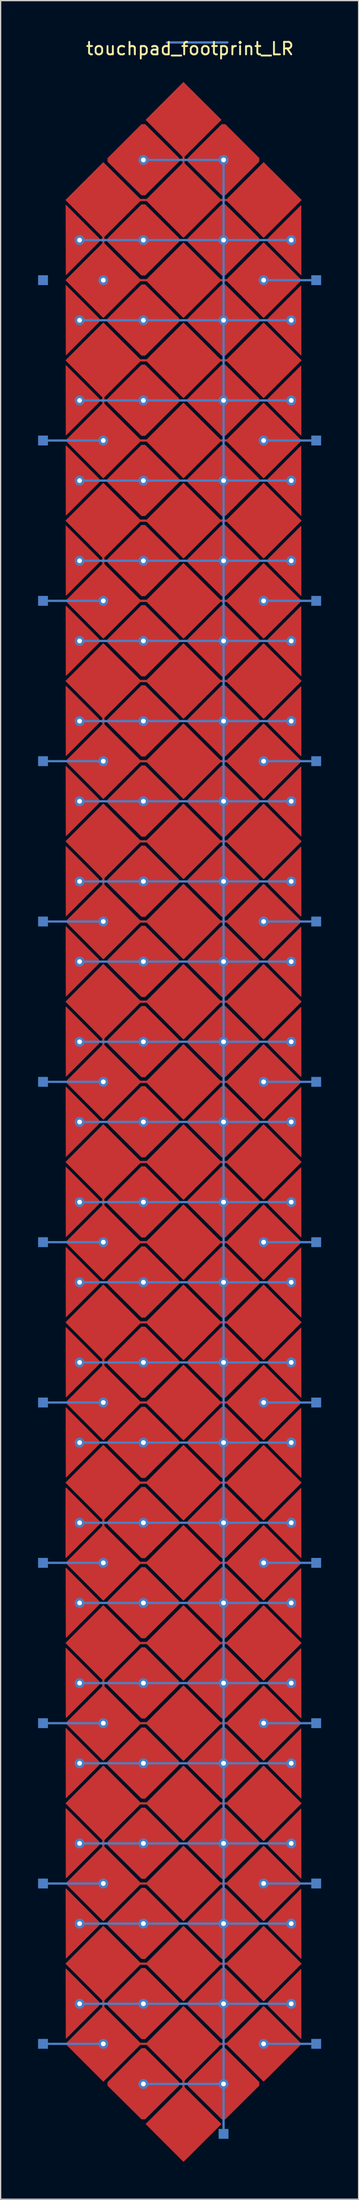
<source format=kicad_pcb>
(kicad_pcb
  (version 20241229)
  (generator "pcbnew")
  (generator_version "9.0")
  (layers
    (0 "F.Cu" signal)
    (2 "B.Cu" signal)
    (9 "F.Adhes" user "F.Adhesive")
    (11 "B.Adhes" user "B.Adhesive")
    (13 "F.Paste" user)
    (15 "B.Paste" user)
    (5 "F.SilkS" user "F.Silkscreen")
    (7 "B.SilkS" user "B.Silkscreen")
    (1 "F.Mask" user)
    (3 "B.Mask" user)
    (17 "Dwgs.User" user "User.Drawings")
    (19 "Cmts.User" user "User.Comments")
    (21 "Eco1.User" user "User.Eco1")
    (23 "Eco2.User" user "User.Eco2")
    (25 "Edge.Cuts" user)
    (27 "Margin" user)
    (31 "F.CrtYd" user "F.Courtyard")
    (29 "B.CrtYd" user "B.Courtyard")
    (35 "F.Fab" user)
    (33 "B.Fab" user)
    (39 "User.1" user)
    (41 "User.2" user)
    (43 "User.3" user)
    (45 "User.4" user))
  (footprint "touchpad_footprint_LR"
    (layer "F.Cu")
    (at 2.215 19.388)
    (property "Reference" "touchpad_footprint_LR" (at 9.94 -18.54 0) (layer "F.SilkS") (effects (font (size 1 1) (thickness 0.15))))
    (attr through_hole)
    (fp_line (start 3.01 -3.42) (end 3.01 -3) (stroke (width 0.18) (type solid)) (layer "F.Cu"))
    (fp_line (start 3.01 9.42) (end 3.01 9.84) (stroke (width 0.18) (type solid)) (layer "F.Cu"))
    (fp_line (start 3.01 22.26) (end 3.01 22.68) (stroke (width 0.18) (type solid)) (layer "F.Cu"))
    (fp_line (start 3.01 35.1) (end 3.01 35.52) (stroke (width 0.18) (type solid)) (layer "F.Cu"))
    (fp_line (start 3.01 47.94) (end 3.01 48.36) (stroke (width 0.18) (type solid)) (layer "F.Cu"))
    (fp_line (start 3.01 60.78) (end 3.01 61.2) (stroke (width 0.18) (type solid)) (layer "F.Cu"))
    (fp_line (start 3.01 73.62) (end 3.01 74.04) (stroke (width 0.18) (type solid)) (layer "F.Cu"))
    (fp_line (start 3.01 86.46) (end 3.01 86.88) (stroke (width 0.18) (type solid)) (layer "F.Cu"))
    (fp_line (start 3.01 99.3) (end 3.01 99.72) (stroke (width 0.18) (type solid)) (layer "F.Cu"))
    (fp_line (start 3.01 112.14) (end 3.01 112.56) (stroke (width 0.18) (type solid)) (layer "F.Cu"))
    (fp_line (start 3.01 124.98) (end 3.01 125.4) (stroke (width 0.18) (type solid)) (layer "F.Cu"))
    (fp_line (start 3.01 137.82) (end 3.01 138.24) (stroke (width 0.18) (type solid)) (layer "F.Cu"))
    (fp_line (start 6.01 -6.42) (end 6.43 -6.42) (stroke (width 0.18) (type solid)) (layer "F.Cu"))
    (fp_line (start 6.01 0) (end 6.43 0) (stroke (width 0.18) (type solid)) (layer "F.Cu"))
    (fp_line (start 6.01 6.42) (end 6.43 6.42) (stroke (width 0.18) (type solid)) (layer "F.Cu"))
    (fp_line (start 6.01 12.84) (end 6.43 12.84) (stroke (width 0.18) (type solid)) (layer "F.Cu"))
    (fp_line (start 6.01 19.26) (end 6.43 19.26) (stroke (width 0.18) (type solid)) (layer "F.Cu"))
    (fp_line (start 6.01 25.68) (end 6.43 25.68) (stroke (width 0.18) (type solid)) (layer "F.Cu"))
    (fp_line (start 6.01 32.1) (end 6.43 32.1) (stroke (width 0.18) (type solid)) (layer "F.Cu"))
    (fp_line (start 6.01 38.52) (end 6.43 38.52) (stroke (width 0.18) (type solid)) (layer "F.Cu"))
    (fp_line (start 6.01 44.94) (end 6.43 44.94) (stroke (width 0.18) (type solid)) (layer "F.Cu"))
    (fp_line (start 6.01 51.36) (end 6.43 51.36) (stroke (width 0.18) (type solid)) (layer "F.Cu"))
    (fp_line (start 6.01 57.78) (end 6.43 57.78) (stroke (width 0.18) (type solid)) (layer "F.Cu"))
    (fp_line (start 6.01 64.2) (end 6.43 64.2) (stroke (width 0.18) (type solid)) (layer "F.Cu"))
    (fp_line (start 6.01 70.62) (end 6.43 70.62) (stroke (width 0.18) (type solid)) (layer "F.Cu"))
    (fp_line (start 6.01 77.04) (end 6.43 77.04) (stroke (width 0.18) (type solid)) (layer "F.Cu"))
    (fp_line (start 6.01 83.46) (end 6.43 83.46) (stroke (width 0.18) (type solid)) (layer "F.Cu"))
    (fp_line (start 6.01 89.88) (end 6.43 89.88) (stroke (width 0.18) (type solid)) (layer "F.Cu"))
    (fp_line (start 6.01 96.3) (end 6.43 96.3) (stroke (width 0.18) (type solid)) (layer "F.Cu"))
    (fp_line (start 6.01 102.72) (end 6.43 102.72) (stroke (width 0.18) (type solid)) (layer "F.Cu"))
    (fp_line (start 6.01 109.14) (end 6.43 109.14) (stroke (width 0.18) (type solid)) (layer "F.Cu"))
    (fp_line (start 6.01 115.56) (end 6.43 115.56) (stroke (width 0.18) (type solid)) (layer "F.Cu"))
    (fp_line (start 6.01 121.98) (end 6.43 121.98) (stroke (width 0.18) (type solid)) (layer "F.Cu"))
    (fp_line (start 6.01 128.4) (end 6.43 128.4) (stroke (width 0.18) (type solid)) (layer "F.Cu"))
    (fp_line (start 6.01 134.82) (end 6.43 134.82) (stroke (width 0.18) (type solid)) (layer "F.Cu"))
    (fp_line (start 6.01 141.24) (end 6.43 141.24) (stroke (width 0.18) (type solid)) (layer "F.Cu"))
    (fp_line (start 9.43 -10.05) (end 9.43 -9.21) (stroke (width 0.18) (type solid)) (layer "F.Cu"))
    (fp_line (start 9.43 144.89) (end 9.43 144.05) (stroke (width 0.18) (type solid)) (layer "F.Cu"))
    (fp_line (start 12.43 -6.42) (end 12.85 -6.42) (stroke (width 0.18) (type solid)) (layer "F.Cu"))
    (fp_line (start 12.43 0) (end 12.85 0) (stroke (width 0.18) (type solid)) (layer "F.Cu"))
    (fp_line (start 12.43 6.42) (end 12.85 6.42) (stroke (width 0.18) (type solid)) (layer "F.Cu"))
    (fp_line (start 12.43 12.84) (end 12.85 12.84) (stroke (width 0.18) (type solid)) (layer "F.Cu"))
    (fp_line (start 12.43 19.26) (end 12.85 19.26) (stroke (width 0.18) (type solid)) (layer "F.Cu"))
    (fp_line (start 12.43 25.68) (end 12.85 25.68) (stroke (width 0.18) (type solid)) (layer "F.Cu"))
    (fp_line (start 12.43 32.1) (end 12.85 32.1) (stroke (width 0.18) (type solid)) (layer "F.Cu"))
    (fp_line (start 12.43 38.52) (end 12.85 38.52) (stroke (width 0.18) (type solid)) (layer "F.Cu"))
    (fp_line (start 12.43 44.94) (end 12.85 44.94) (stroke (width 0.18) (type solid)) (layer "F.Cu"))
    (fp_line (start 12.43 51.36) (end 12.85 51.36) (stroke (width 0.18) (type solid)) (layer "F.Cu"))
    (fp_line (start 12.43 57.78) (end 12.85 57.78) (stroke (width 0.18) (type solid)) (layer "F.Cu"))
    (fp_line (start 12.43 64.2) (end 12.85 64.2) (stroke (width 0.18) (type solid)) (layer "F.Cu"))
    (fp_line (start 12.43 70.62) (end 12.85 70.62) (stroke (width 0.18) (type solid)) (layer "F.Cu"))
    (fp_line (start 12.43 77.04) (end 12.85 77.04) (stroke (width 0.18) (type solid)) (layer "F.Cu"))
    (fp_line (start 12.43 83.46) (end 12.85 83.46) (stroke (width 0.18) (type solid)) (layer "F.Cu"))
    (fp_line (start 12.43 89.88) (end 12.85 89.88) (stroke (width 0.18) (type solid)) (layer "F.Cu"))
    (fp_line (start 12.43 96.3) (end 12.85 96.3) (stroke (width 0.18) (type solid)) (layer "F.Cu"))
    (fp_line (start 12.43 102.72) (end 12.85 102.72) (stroke (width 0.18) (type solid)) (layer "F.Cu"))
    (fp_line (start 12.43 109.14) (end 12.85 109.14) (stroke (width 0.18) (type solid)) (layer "F.Cu"))
    (fp_line (start 12.43 115.56) (end 12.85 115.56) (stroke (width 0.18) (type solid)) (layer "F.Cu"))
    (fp_line (start 12.43 121.98) (end 12.85 121.98) (stroke (width 0.18) (type solid)) (layer "F.Cu"))
    (fp_line (start 12.43 128.4) (end 12.85 128.4) (stroke (width 0.18) (type solid)) (layer "F.Cu"))
    (fp_line (start 12.43 134.82) (end 12.85 134.82) (stroke (width 0.18) (type solid)) (layer "F.Cu"))
    (fp_line (start 12.43 141.24) (end 12.85 141.24) (stroke (width 0.18) (type solid)) (layer "F.Cu"))
    (fp_poly (pts (xy 2.8 99.51) (xy 0.01 102.3) (xy 0.01 96.72)) (stroke (width 0.05) (type solid)) (fill yes) (layer "F.Cu"))
    (fp_poly (pts (xy 2.66 -3.35) (xy 2.66 -3.08) (xy 0.03 -0.45) (xy 0.02 -6)) (stroke (width 0.05) (type solid)) (fill yes) (layer "F.Cu"))
    (fp_poly (pts (xy 2.66 3.07) (xy 2.66 3.34) (xy 0.03 5.97) (xy 0.02 0.42)) (stroke (width 0.05) (type solid)) (fill yes) (layer "F.Cu"))
    (fp_poly (pts (xy 2.66 9.49) (xy 2.66 9.76) (xy 0.03 12.39) (xy 0.02 6.84)) (stroke (width 0.05) (type solid)) (fill yes) (layer "F.Cu"))
    (fp_poly (pts (xy 2.66 15.91) (xy 2.66 16.18) (xy 0.03 18.81) (xy 0.02 13.26)) (stroke (width 0.05) (type solid)) (fill yes) (layer "F.Cu"))
    (fp_poly (pts (xy 2.66 22.33) (xy 2.66 22.6) (xy 0.03 25.23) (xy 0.02 19.68)) (stroke (width 0.05) (type solid)) (fill yes) (layer "F.Cu"))
    (fp_poly (pts (xy 2.66 28.75) (xy 2.66 29.02) (xy 0.03 31.65) (xy 0.02 26.1)) (stroke (width 0.05) (type solid)) (fill yes) (layer "F.Cu"))
    (fp_poly (pts (xy 2.66 35.17) (xy 2.66 35.44) (xy 0.03 38.07) (xy 0.02 32.52)) (stroke (width 0.05) (type solid)) (fill yes) (layer "F.Cu"))
    (fp_poly (pts (xy 2.66 41.59) (xy 2.66 41.86) (xy 0.03 44.49) (xy 0.02 38.94)) (stroke (width 0.05) (type solid)) (fill yes) (layer "F.Cu"))
    (fp_poly (pts (xy 2.66 48.01) (xy 2.66 48.28) (xy 0.03 50.91) (xy 0.02 45.36)) (stroke (width 0.05) (type solid)) (fill yes) (layer "F.Cu"))
    (fp_poly (pts (xy 2.66 54.43) (xy 2.66 54.7) (xy 0.03 57.33) (xy 0.02 51.78)) (stroke (width 0.05) (type solid)) (fill yes) (layer "F.Cu"))
    (fp_poly (pts (xy 2.66 60.85) (xy 2.66 61.12) (xy 0.03 63.75) (xy 0.02 58.2)) (stroke (width 0.05) (type solid)) (fill yes) (layer "F.Cu"))
    (fp_poly (pts (xy 2.66 67.27) (xy 2.66 67.54) (xy 0.03 70.17) (xy 0.02 64.62)) (stroke (width 0.05) (type solid)) (fill yes) (layer "F.Cu"))
    (fp_poly (pts (xy 2.66 73.69) (xy 2.66 73.96) (xy 0.03 76.59) (xy 0.02 71.04)) (stroke (width 0.05) (type solid)) (fill yes) (layer "F.Cu"))
    (fp_poly (pts (xy 2.66 80.11) (xy 2.66 80.38) (xy 0.03 83.01) (xy 0.02 77.46)) (stroke (width 0.05) (type solid)) (fill yes) (layer "F.Cu"))
    (fp_poly (pts (xy 2.66 86.53) (xy 2.66 86.8) (xy 0.03 89.43) (xy 0.02 83.88)) (stroke (width 0.05) (type solid)) (fill yes) (layer "F.Cu"))
    (fp_poly (pts (xy 2.66 92.95) (xy 2.66 93.22) (xy 0.03 95.85) (xy 0.02 90.3)) (stroke (width 0.05) (type solid)) (fill yes) (layer "F.Cu"))
    (fp_poly (pts (xy 2.66 99.37) (xy 2.66 99.64) (xy 0.03 102.27) (xy 0.02 96.72)) (stroke (width 0.05) (type solid)) (fill yes) (layer "F.Cu"))
    (fp_poly (pts (xy 2.66 105.79) (xy 2.66 106.06) (xy 0.03 108.69) (xy 0.02 103.14)) (stroke (width 0.05) (type solid)) (fill yes) (layer "F.Cu"))
    (fp_poly (pts (xy 2.66 112.21) (xy 2.66 112.48) (xy 0.03 115.11) (xy 0.02 109.56)) (stroke (width 0.05) (type solid)) (fill yes) (layer "F.Cu"))
    (fp_poly (pts (xy 2.66 118.63) (xy 2.66 118.9) (xy 0.03 121.53) (xy 0.02 115.98)) (stroke (width 0.05) (type solid)) (fill yes) (layer "F.Cu"))
    (fp_poly (pts (xy 2.66 125.05) (xy 2.66 125.32) (xy 0.03 127.95) (xy 0.02 122.4)) (stroke (width 0.05) (type solid)) (fill yes) (layer "F.Cu"))
    (fp_poly (pts (xy 2.66 131.47) (xy 2.66 131.74) (xy 0.03 134.37) (xy 0.02 128.82)) (stroke (width 0.05) (type solid)) (fill yes) (layer "F.Cu"))
    (fp_poly (pts (xy 2.66 137.89) (xy 2.66 138.16) (xy 0.03 140.79) (xy 0.02 135.24)) (stroke (width 0.05) (type solid)) (fill yes) (layer "F.Cu"))
    (fp_poly (pts (xy 6.02 -6.42) (xy 3.01 -3.42) (xy 0.01 -6.42) (xy 3.01 -9.42)) (stroke (width 0.05) (type solid)) (fill yes) (layer "F.Cu"))
    (fp_poly (pts (xy 6.02 0) (xy 3.01 3) (xy 0.01 0) (xy 3.01 -3)) (stroke (width 0.05) (type solid)) (fill yes) (layer "F.Cu"))
    (fp_poly (pts (xy 6.02 6.42) (xy 3.01 9.42) (xy 0.01 6.42) (xy 3.01 3.42)) (stroke (width 0.05) (type solid)) (fill yes) (layer "F.Cu"))
    (fp_poly (pts (xy 6.02 12.84) (xy 3.01 15.84) (xy 0.01 12.84) (xy 3.01 9.84)) (stroke (width 0.05) (type solid)) (fill yes) (layer "F.Cu"))
    (fp_poly (pts (xy 6.02 19.26) (xy 3.01 22.26) (xy 0.01 19.26) (xy 3.01 16.26)) (stroke (width 0.05) (type solid)) (fill yes) (layer "F.Cu"))
    (fp_poly (pts (xy 6.02 25.68) (xy 3.01 28.68) (xy 0.01 25.68) (xy 3.01 22.68)) (stroke (width 0.05) (type solid)) (fill yes) (layer "F.Cu"))
    (fp_poly (pts (xy 6.02 32.1) (xy 3.01 35.1) (xy 0.01 32.1) (xy 3.01 29.1)) (stroke (width 0.05) (type solid)) (fill yes) (layer "F.Cu"))
    (fp_poly (pts (xy 6.02 38.52) (xy 3.01 41.52) (xy 0.01 38.52) (xy 3.01 35.52)) (stroke (width 0.05) (type solid)) (fill yes) (layer "F.Cu"))
    (fp_poly (pts (xy 6.02 44.94) (xy 3.01 47.94) (xy 0.01 44.94) (xy 3.01 41.94)) (stroke (width 0.05) (type solid)) (fill yes) (layer "F.Cu"))
    (fp_poly (pts (xy 6.02 51.36) (xy 3.01 54.36) (xy 0.01 51.36) (xy 3.01 48.36)) (stroke (width 0.05) (type solid)) (fill yes) (layer "F.Cu"))
    (fp_poly (pts (xy 6.02 57.78) (xy 3.01 60.78) (xy 0.01 57.78) (xy 3.01 54.78)) (stroke (width 0.05) (type solid)) (fill yes) (layer "F.Cu"))
    (fp_poly (pts (xy 6.02 64.2) (xy 3.01 67.2) (xy 0.01 64.2) (xy 3.01 61.2)) (stroke (width 0.05) (type solid)) (fill yes) (layer "F.Cu"))
    (fp_poly (pts (xy 6.02 70.62) (xy 3.01 73.62) (xy 0.01 70.62) (xy 3.01 67.62)) (stroke (width 0.05) (type solid)) (fill yes) (layer "F.Cu"))
    (fp_poly (pts (xy 6.02 77.04) (xy 3.01 80.04) (xy 0.01 77.04) (xy 3.01 74.04)) (stroke (width 0.05) (type solid)) (fill yes) (layer "F.Cu"))
    (fp_poly (pts (xy 6.02 83.46) (xy 3.01 86.46) (xy 0.01 83.46) (xy 3.01 80.46)) (stroke (width 0.05) (type solid)) (fill yes) (layer "F.Cu"))
    (fp_poly (pts (xy 6.02 89.88) (xy 3.01 92.88) (xy 0.01 89.88) (xy 3.01 86.88)) (stroke (width 0.05) (type solid)) (fill yes) (layer "F.Cu"))
    (fp_poly (pts (xy 6.02 96.3) (xy 3.01 99.3) (xy 0.01 96.3) (xy 3.01 93.3)) (stroke (width 0.05) (type solid)) (fill yes) (layer "F.Cu"))
    (fp_poly (pts (xy 6.02 102.72) (xy 3.01 105.72) (xy 0.01 102.72) (xy 3.01 99.72)) (stroke (width 0.05) (type solid)) (fill yes) (layer "F.Cu"))
    (fp_poly (pts (xy 6.02 109.14) (xy 3.01 112.14) (xy 0.01 109.14) (xy 3.01 106.14)) (stroke (width 0.05) (type solid)) (fill yes) (layer "F.Cu"))
    (fp_poly (pts (xy 6.02 115.56) (xy 3.01 118.56) (xy 0.01 115.56) (xy 3.01 112.56)) (stroke (width 0.05) (type solid)) (fill yes) (layer "F.Cu"))
    (fp_poly (pts (xy 6.02 121.98) (xy 3.01 124.98) (xy 0.01 121.98) (xy 3.01 118.98)) (stroke (width 0.05) (type solid)) (fill yes) (layer "F.Cu"))
    (fp_poly (pts (xy 6.02 128.4) (xy 3.01 131.4) (xy 0.01 128.4) (xy 3.01 125.4)) (stroke (width 0.05) (type solid)) (fill yes) (layer "F.Cu"))
    (fp_poly (pts (xy 6.02 134.82) (xy 3.01 137.82) (xy 0.01 134.82) (xy 3.01 131.82)) (stroke (width 0.05) (type solid)) (fill yes) (layer "F.Cu"))
    (fp_poly (pts (xy 6.02 141.24) (xy 3.01 144.24) (xy 0.01 141.24) (xy 3.01 138.24)) (stroke (width 0.05) (type solid)) (fill yes) (layer "F.Cu"))
    (fp_poly (pts (xy 12.44 -12.84) (xy 9.43 -9.84) (xy 6.43 -12.84) (xy 9.43 -15.84)) (stroke (width 0.05) (type solid)) (fill yes) (layer "F.Cu"))
    (fp_poly (pts (xy 12.44 -6.42) (xy 9.43 -3.42) (xy 6.43 -6.42) (xy 9.43 -9.42)) (stroke (width 0.05) (type solid)) (fill yes) (layer "F.Cu"))
    (fp_poly (pts (xy 12.44 0) (xy 9.43 3) (xy 6.43 0) (xy 9.43 -3)) (stroke (width 0.05) (type solid)) (fill yes) (layer "F.Cu"))
    (fp_poly (pts (xy 12.44 6.42) (xy 9.43 9.42) (xy 6.43 6.42) (xy 9.43 3.42)) (stroke (width 0.05) (type solid)) (fill yes) (layer "F.Cu"))
    (fp_poly (pts (xy 12.44 12.84) (xy 9.43 15.84) (xy 6.43 12.84) (xy 9.43 9.84)) (stroke (width 0.05) (type solid)) (fill yes) (layer "F.Cu"))
    (fp_poly (pts (xy 12.44 19.26) (xy 9.43 22.26) (xy 6.43 19.26) (xy 9.43 16.26)) (stroke (width 0.05) (type solid)) (fill yes) (layer "F.Cu"))
    (fp_poly (pts (xy 12.44 25.68) (xy 9.43 28.68) (xy 6.43 25.68) (xy 9.43 22.68)) (stroke (width 0.05) (type solid)) (fill yes) (layer "F.Cu"))
    (fp_poly (pts (xy 12.44 32.1) (xy 9.43 35.1) (xy 6.43 32.1) (xy 9.43 29.1)) (stroke (width 0.05) (type solid)) (fill yes) (layer "F.Cu"))
    (fp_poly (pts (xy 12.44 38.52) (xy 9.43 41.52) (xy 6.43 38.52) (xy 9.43 35.52)) (stroke (width 0.05) (type solid)) (fill yes) (layer "F.Cu"))
    (fp_poly (pts (xy 12.44 44.94) (xy 9.43 47.94) (xy 6.43 44.94) (xy 9.43 41.94)) (stroke (width 0.05) (type solid)) (fill yes) (layer "F.Cu"))
    (fp_poly (pts (xy 12.44 51.36) (xy 9.43 54.36) (xy 6.43 51.36) (xy 9.43 48.36)) (stroke (width 0.05) (type solid)) (fill yes) (layer "F.Cu"))
    (fp_poly (pts (xy 12.44 57.78) (xy 9.43 60.78) (xy 6.43 57.78) (xy 9.43 54.78)) (stroke (width 0.05) (type solid)) (fill yes) (layer "F.Cu"))
    (fp_poly (pts (xy 12.44 64.2) (xy 9.43 67.2) (xy 6.43 64.2) (xy 9.43 61.2)) (stroke (width 0.05) (type solid)) (fill yes) (layer "F.Cu"))
    (fp_poly (pts (xy 12.44 70.62) (xy 9.43 73.62) (xy 6.43 70.62) (xy 9.43 67.62)) (stroke (width 0.05) (type solid)) (fill yes) (layer "F.Cu"))
    (fp_poly (pts (xy 12.44 77.04) (xy 9.43 80.04) (xy 6.43 77.04) (xy 9.43 74.04)) (stroke (width 0.05) (type solid)) (fill yes) (layer "F.Cu"))
    (fp_poly (pts (xy 12.44 83.46) (xy 9.43 86.46) (xy 6.43 83.46) (xy 9.43 80.46)) (stroke (width 0.05) (type solid)) (fill yes) (layer "F.Cu"))
    (fp_poly (pts (xy 12.44 89.88) (xy 9.43 92.88) (xy 6.43 89.88) (xy 9.43 86.88)) (stroke (width 0.05) (type solid)) (fill yes) (layer "F.Cu"))
    (fp_poly (pts (xy 12.44 96.3) (xy 9.43 99.3) (xy 6.43 96.3) (xy 9.43 93.3)) (stroke (width 0.05) (type solid)) (fill yes) (layer "F.Cu"))
    (fp_poly (pts (xy 12.44 102.72) (xy 9.43 105.72) (xy 6.43 102.72) (xy 9.43 99.72)) (stroke (width 0.05) (type solid)) (fill yes) (layer "F.Cu"))
    (fp_poly (pts (xy 12.44 109.14) (xy 9.43 112.14) (xy 6.43 109.14) (xy 9.43 106.14)) (stroke (width 0.05) (type solid)) (fill yes) (layer "F.Cu"))
    (fp_poly (pts (xy 12.44 115.56) (xy 9.43 118.56) (xy 6.43 115.56) (xy 9.43 112.56)) (stroke (width 0.05) (type solid)) (fill yes) (layer "F.Cu"))
    (fp_poly (pts (xy 12.44 121.98) (xy 9.43 124.98) (xy 6.43 121.98) (xy 9.43 118.98)) (stroke (width 0.05) (type solid)) (fill yes) (layer "F.Cu"))
    (fp_poly (pts (xy 12.44 128.4) (xy 9.43 131.4) (xy 6.43 128.4) (xy 9.43 125.4)) (stroke (width 0.05) (type solid)) (fill yes) (layer "F.Cu"))
    (fp_poly (pts (xy 12.44 134.82) (xy 9.43 137.82) (xy 6.43 134.82) (xy 9.43 131.82)) (stroke (width 0.05) (type solid)) (fill yes) (layer "F.Cu"))
    (fp_poly (pts (xy 12.44 141.24) (xy 9.43 144.24) (xy 6.43 141.24) (xy 9.43 138.24)) (stroke (width 0.05) (type solid)) (fill yes) (layer "F.Cu"))
    (fp_poly (pts (xy 12.44 147.66) (xy 9.43 150.66) (xy 6.43 147.66) (xy 9.43 144.66)) (stroke (width 0.05) (type solid)) (fill yes) (layer "F.Cu"))
    (fp_poly (pts (xy 16.21 -3.07) (xy 16.21 -3.34) (xy 18.84 -5.97) (xy 18.85 -0.42)) (stroke (width 0.05) (type solid)) (fill yes) (layer "F.Cu"))
    (fp_poly (pts (xy 16.21 3.35) (xy 16.21 3.08) (xy 18.84 0.45) (xy 18.85 6)) (stroke (width 0.05) (type solid)) (fill yes) (layer "F.Cu"))
    (fp_poly (pts (xy 16.21 9.77) (xy 16.21 9.5) (xy 18.84 6.87) (xy 18.85 12.42)) (stroke (width 0.05) (type solid)) (fill yes) (layer "F.Cu"))
    (fp_poly (pts (xy 16.21 16.19) (xy 16.21 15.92) (xy 18.84 13.29) (xy 18.85 18.84)) (stroke (width 0.05) (type solid)) (fill yes) (layer "F.Cu"))
    (fp_poly (pts (xy 16.21 22.61) (xy 16.21 22.34) (xy 18.84 19.71) (xy 18.85 25.26)) (stroke (width 0.05) (type solid)) (fill yes) (layer "F.Cu"))
    (fp_poly (pts (xy 16.21 29.03) (xy 16.21 28.76) (xy 18.84 26.13) (xy 18.85 31.68)) (stroke (width 0.05) (type solid)) (fill yes) (layer "F.Cu"))
    (fp_poly (pts (xy 16.21 35.45) (xy 16.21 35.18) (xy 18.84 32.55) (xy 18.85 38.1)) (stroke (width 0.05) (type solid)) (fill yes) (layer "F.Cu"))
    (fp_poly (pts (xy 16.21 41.87) (xy 16.21 41.6) (xy 18.84 38.97) (xy 18.85 44.52)) (stroke (width 0.05) (type solid)) (fill yes) (layer "F.Cu"))
    (fp_poly (pts (xy 16.21 48.29) (xy 16.21 48.02) (xy 18.84 45.39) (xy 18.85 50.94)) (stroke (width 0.05) (type solid)) (fill yes) (layer "F.Cu"))
    (fp_poly (pts (xy 16.21 54.71) (xy 16.21 54.44) (xy 18.84 51.81) (xy 18.85 57.36)) (stroke (width 0.05) (type solid)) (fill yes) (layer "F.Cu"))
    (fp_poly (pts (xy 16.21 61.13) (xy 16.21 60.86) (xy 18.84 58.23) (xy 18.85 63.78)) (stroke (width 0.05) (type solid)) (fill yes) (layer "F.Cu"))
    (fp_poly (pts (xy 16.21 67.55) (xy 16.21 67.28) (xy 18.84 64.65) (xy 18.85 70.2)) (stroke (width 0.05) (type solid)) (fill yes) (layer "F.Cu"))
    (fp_poly (pts (xy 16.21 73.97) (xy 16.21 73.7) (xy 18.84 71.07) (xy 18.85 76.62)) (stroke (width 0.05) (type solid)) (fill yes) (layer "F.Cu"))
    (fp_poly (pts (xy 16.21 80.39) (xy 16.21 80.12) (xy 18.84 77.49) (xy 18.85 83.04)) (stroke (width 0.05) (type solid)) (fill yes) (layer "F.Cu"))
    (fp_poly (pts (xy 16.21 86.81) (xy 16.21 86.54) (xy 18.84 83.91) (xy 18.85 89.46)) (stroke (width 0.05) (type solid)) (fill yes) (layer "F.Cu"))
    (fp_poly (pts (xy 16.21 93.23) (xy 16.21 92.96) (xy 18.84 90.33) (xy 18.85 95.88)) (stroke (width 0.05) (type solid)) (fill yes) (layer "F.Cu"))
    (fp_poly (pts (xy 16.21 99.65) (xy 16.21 99.38) (xy 18.84 96.75) (xy 18.85 102.3)) (stroke (width 0.05) (type solid)) (fill yes) (layer "F.Cu"))
    (fp_poly (pts (xy 16.21 106.07) (xy 16.21 105.8) (xy 18.84 103.17) (xy 18.85 108.72)) (stroke (width 0.05) (type solid)) (fill yes) (layer "F.Cu"))
    (fp_poly (pts (xy 16.21 112.49) (xy 16.21 112.22) (xy 18.84 109.59) (xy 18.85 115.14)) (stroke (width 0.05) (type solid)) (fill yes) (layer "F.Cu"))
    (fp_poly (pts (xy 16.21 118.91) (xy 16.21 118.64) (xy 18.84 116.01) (xy 18.85 121.56)) (stroke (width 0.05) (type solid)) (fill yes) (layer "F.Cu"))
    (fp_poly (pts (xy 16.21 125.33) (xy 16.21 125.06) (xy 18.84 122.43) (xy 18.85 127.98)) (stroke (width 0.05) (type solid)) (fill yes) (layer "F.Cu"))
    (fp_poly (pts (xy 16.21 131.75) (xy 16.21 131.48) (xy 18.84 128.85) (xy 18.85 134.4)) (stroke (width 0.05) (type solid)) (fill yes) (layer "F.Cu"))
    (fp_poly (pts (xy 16.21 138.17) (xy 16.21 137.9) (xy 18.84 135.27) (xy 18.85 140.82)) (stroke (width 0.05) (type solid)) (fill yes) (layer "F.Cu"))
    (fp_poly (pts (xy 18.86 -6.42) (xy 15.85 -3.42) (xy 12.85 -6.42) (xy 15.85 -9.42)) (stroke (width 0.05) (type solid)) (fill yes) (layer "F.Cu"))
    (fp_poly (pts (xy 18.86 0) (xy 15.85 3) (xy 12.85 0) (xy 15.85 -3)) (stroke (width 0.05) (type solid)) (fill yes) (layer "F.Cu"))
    (fp_poly (pts (xy 18.86 6.42) (xy 15.85 9.42) (xy 12.85 6.42) (xy 15.85 3.42)) (stroke (width 0.05) (type solid)) (fill yes) (layer "F.Cu"))
    (fp_poly (pts (xy 18.86 12.84) (xy 15.85 15.84) (xy 12.85 12.84) (xy 15.85 9.84)) (stroke (width 0.05) (type solid)) (fill yes) (layer "F.Cu"))
    (fp_poly (pts (xy 18.86 19.26) (xy 15.85 22.26) (xy 12.85 19.26) (xy 15.85 16.26)) (stroke (width 0.05) (type solid)) (fill yes) (layer "F.Cu"))
    (fp_poly (pts (xy 18.86 25.68) (xy 15.85 28.68) (xy 12.85 25.68) (xy 15.85 22.68)) (stroke (width 0.05) (type solid)) (fill yes) (layer "F.Cu"))
    (fp_poly (pts (xy 18.86 32.1) (xy 15.85 35.1) (xy 12.85 32.1) (xy 15.85 29.1)) (stroke (width 0.05) (type solid)) (fill yes) (layer "F.Cu"))
    (fp_poly (pts (xy 18.86 38.52) (xy 15.85 41.52) (xy 12.85 38.52) (xy 15.85 35.52)) (stroke (width 0.05) (type solid)) (fill yes) (layer "F.Cu"))
    (fp_poly (pts (xy 18.86 44.94) (xy 15.85 47.94) (xy 12.85 44.94) (xy 15.85 41.94)) (stroke (width 0.05) (type solid)) (fill yes) (layer "F.Cu"))
    (fp_poly (pts (xy 18.86 51.36) (xy 15.85 54.36) (xy 12.85 51.36) (xy 15.85 48.36)) (stroke (width 0.05) (type solid)) (fill yes) (layer "F.Cu"))
    (fp_poly (pts (xy 18.86 57.78) (xy 15.85 60.78) (xy 12.85 57.78) (xy 15.85 54.78)) (stroke (width 0.05) (type solid)) (fill yes) (layer "F.Cu"))
    (fp_poly (pts (xy 18.86 64.2) (xy 15.85 67.2) (xy 12.85 64.2) (xy 15.85 61.2)) (stroke (width 0.05) (type solid)) (fill yes) (layer "F.Cu"))
    (fp_poly (pts (xy 18.86 70.62) (xy 15.85 73.62) (xy 12.85 70.62) (xy 15.85 67.62)) (stroke (width 0.05) (type solid)) (fill yes) (layer "F.Cu"))
    (fp_poly (pts (xy 18.86 77.04) (xy 15.85 80.04) (xy 12.85 77.04) (xy 15.85 74.04)) (stroke (width 0.05) (type solid)) (fill yes) (layer "F.Cu"))
    (fp_poly (pts (xy 18.86 83.46) (xy 15.85 86.46) (xy 12.85 83.46) (xy 15.85 80.46)) (stroke (width 0.05) (type solid)) (fill yes) (layer "F.Cu"))
    (fp_poly (pts (xy 18.86 89.88) (xy 15.85 92.88) (xy 12.85 89.88) (xy 15.85 86.88)) (stroke (width 0.05) (type solid)) (fill yes) (layer "F.Cu"))
    (fp_poly (pts (xy 18.86 96.3) (xy 15.85 99.3) (xy 12.85 96.3) (xy 15.85 93.3)) (stroke (width 0.05) (type solid)) (fill yes) (layer "F.Cu"))
    (fp_poly (pts (xy 18.86 102.72) (xy 15.85 105.72) (xy 12.85 102.72) (xy 15.85 99.72)) (stroke (width 0.05) (type solid)) (fill yes) (layer "F.Cu"))
    (fp_poly (pts (xy 18.86 109.14) (xy 15.85 112.14) (xy 12.85 109.14) (xy 15.85 106.14)) (stroke (width 0.05) (type solid)) (fill yes) (layer "F.Cu"))
    (fp_poly (pts (xy 18.86 115.56) (xy 15.85 118.56) (xy 12.85 115.56) (xy 15.85 112.56)) (stroke (width 0.05) (type solid)) (fill yes) (layer "F.Cu"))
    (fp_poly (pts (xy 18.86 121.98) (xy 15.85 124.98) (xy 12.85 121.98) (xy 15.85 118.98)) (stroke (width 0.05) (type solid)) (fill yes) (layer "F.Cu"))
    (fp_poly (pts (xy 18.86 128.4) (xy 15.85 131.4) (xy 12.85 128.4) (xy 15.85 125.4)) (stroke (width 0.05) (type solid)) (fill yes) (layer "F.Cu"))
    (fp_poly (pts (xy 18.86 134.82) (xy 15.85 137.82) (xy 12.85 134.82) (xy 15.85 131.82)) (stroke (width 0.05) (type solid)) (fill yes) (layer "F.Cu"))
    (fp_poly (pts (xy 18.86 141.24) (xy 15.85 144.24) (xy 12.85 141.24) (xy 15.85 138.24)) (stroke (width 0.05) (type solid)) (fill yes) (layer "F.Cu"))
    (fp_poly (pts (xy 9.06 -9.77) (xy 9.06 -9.51) (xy 6.35 -6.82) (xy 6.08 -6.82) (xy 3.37 -9.5) (xy 3.37 -9.76) (xy 6.08 -12.47) (xy 6.35 -12.47)) (stroke (width 0.05) (type solid)) (fill yes) (layer "F.Cu"))
    (fp_poly (pts (xy 9.06 -3.35) (xy 9.06 -3.09) (xy 6.35 -0.4) (xy 6.08 -0.4) (xy 3.37 -3.08) (xy 3.37 -3.34) (xy 6.08 -6.05) (xy 6.35 -6.05)) (stroke (width 0.05) (type solid)) (fill yes) (layer "F.Cu"))
    (fp_poly (pts (xy 9.06 3.07) (xy 9.06 3.33) (xy 6.35 6.02) (xy 6.08 6.02) (xy 3.37 3.34) (xy 3.37 3.08) (xy 6.08 0.37) (xy 6.35 0.37)) (stroke (width 0.05) (type solid)) (fill yes) (layer "F.Cu"))
    (fp_poly (pts (xy 9.06 9.49) (xy 9.06 9.75) (xy 6.35 12.44) (xy 6.08 12.44) (xy 3.37 9.76) (xy 3.37 9.5) (xy 6.08 6.79) (xy 6.35 6.79)) (stroke (width 0.05) (type solid)) (fill yes) (layer "F.Cu"))
    (fp_poly (pts (xy 9.06 15.91) (xy 9.06 16.17) (xy 6.35 18.86) (xy 6.08 18.86) (xy 3.37 16.18) (xy 3.37 15.92) (xy 6.08 13.21) (xy 6.35 13.21)) (stroke (width 0.05) (type solid)) (fill yes) (layer "F.Cu"))
    (fp_poly (pts (xy 9.06 22.33) (xy 9.06 22.59) (xy 6.35 25.28) (xy 6.08 25.28) (xy 3.37 22.6) (xy 3.37 22.34) (xy 6.08 19.63) (xy 6.35 19.63)) (stroke (width 0.05) (type solid)) (fill yes) (layer "F.Cu"))
    (fp_poly (pts (xy 9.06 28.75) (xy 9.06 29.01) (xy 6.35 31.7) (xy 6.08 31.7) (xy 3.37 29.02) (xy 3.37 28.76) (xy 6.08 26.05) (xy 6.35 26.05)) (stroke (width 0.05) (type solid)) (fill yes) (layer "F.Cu"))
    (fp_poly (pts (xy 9.06 35.17) (xy 9.06 35.43) (xy 6.35 38.12) (xy 6.08 38.12) (xy 3.37 35.44) (xy 3.37 35.18) (xy 6.08 32.47) (xy 6.35 32.47)) (stroke (width 0.05) (type solid)) (fill yes) (layer "F.Cu"))
    (fp_poly (pts (xy 9.06 41.59) (xy 9.06 41.85) (xy 6.35 44.54) (xy 6.08 44.54) (xy 3.37 41.86) (xy 3.37 41.6) (xy 6.08 38.89) (xy 6.35 38.89)) (stroke (width 0.05) (type solid)) (fill yes) (layer "F.Cu"))
    (fp_poly (pts (xy 9.06 48.01) (xy 9.06 48.27) (xy 6.35 50.96) (xy 6.08 50.96) (xy 3.37 48.28) (xy 3.37 48.02) (xy 6.08 45.31) (xy 6.35 45.31)) (stroke (width 0.05) (type solid)) (fill yes) (layer "F.Cu"))
    (fp_poly (pts (xy 9.06 54.43) (xy 9.06 54.69) (xy 6.35 57.38) (xy 6.08 57.38) (xy 3.37 54.7) (xy 3.37 54.44) (xy 6.08 51.73) (xy 6.35 51.73)) (stroke (width 0.05) (type solid)) (fill yes) (layer "F.Cu"))
    (fp_poly (pts (xy 9.06 60.85) (xy 9.06 61.11) (xy 6.35 63.8) (xy 6.08 63.8) (xy 3.37 61.12) (xy 3.37 60.86) (xy 6.08 58.15) (xy 6.35 58.15)) (stroke (width 0.05) (type solid)) (fill yes) (layer "F.Cu"))
    (fp_poly (pts (xy 9.06 67.27) (xy 9.06 67.53) (xy 6.35 70.22) (xy 6.08 70.22) (xy 3.37 67.54) (xy 3.37 67.28) (xy 6.08 64.57) (xy 6.35 64.57)) (stroke (width 0.05) (type solid)) (fill yes) (layer "F.Cu"))
    (fp_poly (pts (xy 9.06 73.69) (xy 9.06 73.95) (xy 6.35 76.64) (xy 6.08 76.64) (xy 3.37 73.96) (xy 3.37 73.7) (xy 6.08 70.99) (xy 6.35 70.99)) (stroke (width 0.05) (type solid)) (fill yes) (layer "F.Cu"))
    (fp_poly (pts (xy 9.06 80.11) (xy 9.06 80.37) (xy 6.35 83.06) (xy 6.08 83.06) (xy 3.37 80.38) (xy 3.37 80.12) (xy 6.08 77.41) (xy 6.35 77.41)) (stroke (width 0.05) (type solid)) (fill yes) (layer "F.Cu"))
    (fp_poly (pts (xy 9.06 86.53) (xy 9.06 86.79) (xy 6.35 89.48) (xy 6.08 89.48) (xy 3.37 86.8) (xy 3.37 86.54) (xy 6.08 83.83) (xy 6.35 83.83)) (stroke (width 0.05) (type solid)) (fill yes) (layer "F.Cu"))
    (fp_poly (pts (xy 9.06 92.95) (xy 9.06 93.21) (xy 6.35 95.9) (xy 6.08 95.9) (xy 3.37 93.22) (xy 3.37 92.96) (xy 6.08 90.25) (xy 6.35 90.25)) (stroke (width 0.05) (type solid)) (fill yes) (layer "F.Cu"))
    (fp_poly (pts (xy 9.06 99.37) (xy 9.06 99.63) (xy 6.35 102.32) (xy 6.08 102.32) (xy 3.37 99.64) (xy 3.37 99.38) (xy 6.08 96.67) (xy 6.35 96.67)) (stroke (width 0.05) (type solid)) (fill yes) (layer "F.Cu"))
    (fp_poly (pts (xy 9.06 105.79) (xy 9.06 106.05) (xy 6.35 108.74) (xy 6.08 108.74) (xy 3.37 106.06) (xy 3.37 105.8) (xy 6.08 103.09) (xy 6.35 103.09)) (stroke (width 0.05) (type solid)) (fill yes) (layer "F.Cu"))
    (fp_poly (pts (xy 9.06 112.21) (xy 9.06 112.47) (xy 6.35 115.16) (xy 6.08 115.16) (xy 3.37 112.48) (xy 3.37 112.22) (xy 6.08 109.51) (xy 6.35 109.51)) (stroke (width 0.05) (type solid)) (fill yes) (layer "F.Cu"))
    (fp_poly (pts (xy 9.06 118.63) (xy 9.06 118.89) (xy 6.35 121.58) (xy 6.08 121.58) (xy 3.37 118.9) (xy 3.37 118.64) (xy 6.08 115.93) (xy 6.35 115.93)) (stroke (width 0.05) (type solid)) (fill yes) (layer "F.Cu"))
    (fp_poly (pts (xy 9.06 125.05) (xy 9.06 125.31) (xy 6.35 128) (xy 6.08 128) (xy 3.37 125.32) (xy 3.37 125.06) (xy 6.08 122.35) (xy 6.35 122.35)) (stroke (width 0.05) (type solid)) (fill yes) (layer "F.Cu"))
    (fp_poly (pts (xy 9.06 131.47) (xy 9.06 131.73) (xy 6.35 134.42) (xy 6.08 134.42) (xy 3.37 131.74) (xy 3.37 131.48) (xy 6.08 128.77) (xy 6.35 128.77)) (stroke (width 0.05) (type solid)) (fill yes) (layer "F.Cu"))
    (fp_poly (pts (xy 9.06 137.89) (xy 9.06 138.15) (xy 6.35 140.84) (xy 6.08 140.84) (xy 3.37 138.16) (xy 3.37 137.9) (xy 6.08 135.19) (xy 6.35 135.19)) (stroke (width 0.05) (type solid)) (fill yes) (layer "F.Cu"))
    (fp_poly (pts (xy 9.06 144.31) (xy 9.06 144.57) (xy 6.35 147.26) (xy 6.08 147.26) (xy 3.37 144.58) (xy 3.37 144.32) (xy 6.08 141.61) (xy 6.35 141.61)) (stroke (width 0.05) (type solid)) (fill yes) (layer "F.Cu"))
    (fp_poly (pts (xy 15.48 -9.77) (xy 15.48 -9.51) (xy 12.77 -6.82) (xy 12.5 -6.82) (xy 9.79 -9.5) (xy 9.79 -9.76) (xy 12.5 -12.47) (xy 12.77 -12.47)) (stroke (width 0.05) (type solid)) (fill yes) (layer "F.Cu"))
    (fp_poly (pts (xy 15.48 -3.35) (xy 15.48 -3.09) (xy 12.77 -0.4) (xy 12.5 -0.4) (xy 9.79 -3.08) (xy 9.79 -3.34) (xy 12.5 -6.05) (xy 12.77 -6.05)) (stroke (width 0.05) (type solid)) (fill yes) (layer "F.Cu"))
    (fp_poly (pts (xy 15.48 3.07) (xy 15.48 3.33) (xy 12.77 6.02) (xy 12.5 6.02) (xy 9.79 3.34) (xy 9.79 3.08) (xy 12.5 0.37) (xy 12.77 0.37)) (stroke (width 0.05) (type solid)) (fill yes) (layer "F.Cu"))
    (fp_poly (pts (xy 15.48 9.49) (xy 15.48 9.75) (xy 12.77 12.44) (xy 12.5 12.44) (xy 9.79 9.76) (xy 9.79 9.5) (xy 12.5 6.79) (xy 12.77 6.79)) (stroke (width 0.05) (type solid)) (fill yes) (layer "F.Cu"))
    (fp_poly (pts (xy 15.48 15.91) (xy 15.48 16.17) (xy 12.77 18.86) (xy 12.5 18.86) (xy 9.79 16.18) (xy 9.79 15.92) (xy 12.5 13.21) (xy 12.77 13.21)) (stroke (width 0.05) (type solid)) (fill yes) (layer "F.Cu"))
    (fp_poly (pts (xy 15.48 22.33) (xy 15.48 22.59) (xy 12.77 25.28) (xy 12.5 25.28) (xy 9.79 22.6) (xy 9.79 22.34) (xy 12.5 19.63) (xy 12.77 19.63)) (stroke (width 0.05) (type solid)) (fill yes) (layer "F.Cu"))
    (fp_poly (pts (xy 15.48 28.75) (xy 15.48 29.01) (xy 12.77 31.7) (xy 12.5 31.7) (xy 9.79 29.02) (xy 9.79 28.76) (xy 12.5 26.05) (xy 12.77 26.05)) (stroke (width 0.05) (type solid)) (fill yes) (layer "F.Cu"))
    (fp_poly (pts (xy 15.48 35.17) (xy 15.48 35.43) (xy 12.77 38.12) (xy 12.5 38.12) (xy 9.79 35.44) (xy 9.79 35.18) (xy 12.5 32.47) (xy 12.77 32.47)) (stroke (width 0.05) (type solid)) (fill yes) (layer "F.Cu"))
    (fp_poly (pts (xy 15.48 41.59) (xy 15.48 41.85) (xy 12.77 44.54) (xy 12.5 44.54) (xy 9.79 41.86) (xy 9.79 41.6) (xy 12.5 38.89) (xy 12.77 38.89)) (stroke (width 0.05) (type solid)) (fill yes) (layer "F.Cu"))
    (fp_poly (pts (xy 15.48 48.01) (xy 15.48 48.27) (xy 12.77 50.96) (xy 12.5 50.96) (xy 9.79 48.28) (xy 9.79 48.02) (xy 12.5 45.31) (xy 12.77 45.31)) (stroke (width 0.05) (type solid)) (fill yes) (layer "F.Cu"))
    (fp_poly (pts (xy 15.48 54.43) (xy 15.48 54.69) (xy 12.77 57.38) (xy 12.5 57.38) (xy 9.79 54.7) (xy 9.79 54.44) (xy 12.5 51.73) (xy 12.77 51.73)) (stroke (width 0.05) (type solid)) (fill yes) (layer "F.Cu"))
    (fp_poly (pts (xy 15.48 60.85) (xy 15.48 61.11) (xy 12.77 63.8) (xy 12.5 63.8) (xy 9.79 61.12) (xy 9.79 60.86) (xy 12.5 58.15) (xy 12.77 58.15)) (stroke (width 0.05) (type solid)) (fill yes) (layer "F.Cu"))
    (fp_poly (pts (xy 15.48 67.27) (xy 15.48 67.53) (xy 12.77 70.22) (xy 12.5 70.22) (xy 9.79 67.54) (xy 9.79 67.28) (xy 12.5 64.57) (xy 12.77 64.57)) (stroke (width 0.05) (type solid)) (fill yes) (layer "F.Cu"))
    (fp_poly (pts (xy 15.48 73.69) (xy 15.48 73.95) (xy 12.77 76.64) (xy 12.5 76.64) (xy 9.79 73.96) (xy 9.79 73.7) (xy 12.5 70.99) (xy 12.77 70.99)) (stroke (width 0.05) (type solid)) (fill yes) (layer "F.Cu"))
    (fp_poly (pts (xy 15.48 80.11) (xy 15.48 80.37) (xy 12.77 83.06) (xy 12.5 83.06) (xy 9.79 80.38) (xy 9.79 80.12) (xy 12.5 77.41) (xy 12.77 77.41)) (stroke (width 0.05) (type solid)) (fill yes) (layer "F.Cu"))
    (fp_poly (pts (xy 15.48 86.53) (xy 15.48 86.79) (xy 12.77 89.48) (xy 12.5 89.48) (xy 9.79 86.8) (xy 9.79 86.54) (xy 12.5 83.83) (xy 12.77 83.83)) (stroke (width 0.05) (type solid)) (fill yes) (layer "F.Cu"))
    (fp_poly (pts (xy 15.48 92.95) (xy 15.48 93.21) (xy 12.77 95.9) (xy 12.5 95.9) (xy 9.79 93.22) (xy 9.79 92.96) (xy 12.5 90.25) (xy 12.77 90.25)) (stroke (width 0.05) (type solid)) (fill yes) (layer "F.Cu"))
    (fp_poly (pts (xy 15.48 99.37) (xy 15.48 99.63) (xy 12.77 102.32) (xy 12.5 102.32) (xy 9.79 99.64) (xy 9.79 99.38) (xy 12.5 96.67) (xy 12.77 96.67)) (stroke (width 0.05) (type solid)) (fill yes) (layer "F.Cu"))
    (fp_poly (pts (xy 15.48 105.79) (xy 15.48 106.05) (xy 12.77 108.74) (xy 12.5 108.74) (xy 9.79 106.06) (xy 9.79 105.8) (xy 12.5 103.09) (xy 12.77 103.09)) (stroke (width 0.05) (type solid)) (fill yes) (layer "F.Cu"))
    (fp_poly (pts (xy 15.48 112.21) (xy 15.48 112.47) (xy 12.77 115.16) (xy 12.5 115.16) (xy 9.79 112.48) (xy 9.79 112.22) (xy 12.5 109.51) (xy 12.77 109.51)) (stroke (width 0.05) (type solid)) (fill yes) (layer "F.Cu"))
    (fp_poly (pts (xy 15.48 118.63) (xy 15.48 118.89) (xy 12.77 121.58) (xy 12.5 121.58) (xy 9.79 118.9) (xy 9.79 118.64) (xy 12.5 115.93) (xy 12.77 115.93)) (stroke (width 0.05) (type solid)) (fill yes) (layer "F.Cu"))
    (fp_poly (pts (xy 15.48 125.05) (xy 15.48 125.31) (xy 12.77 128) (xy 12.5 128) (xy 9.79 125.32) (xy 9.79 125.06) (xy 12.5 122.35) (xy 12.77 122.35)) (stroke (width 0.05) (type solid)) (fill yes) (layer "F.Cu"))
    (fp_poly (pts (xy 15.48 131.47) (xy 15.48 131.73) (xy 12.77 134.42) (xy 12.5 134.42) (xy 9.79 131.74) (xy 9.79 131.48) (xy 12.5 128.77) (xy 12.77 128.77)) (stroke (width 0.05) (type solid)) (fill yes) (layer "F.Cu"))
    (fp_poly (pts (xy 15.48 137.89) (xy 15.48 138.15) (xy 12.77 140.84) (xy 12.5 140.84) (xy 9.79 138.16) (xy 9.79 137.9) (xy 12.5 135.19) (xy 12.77 135.19)) (stroke (width 0.05) (type solid)) (fill yes) (layer "F.Cu"))
    (fp_poly (pts (xy 15.48 144.31) (xy 15.48 144.57) (xy 12.77 147.26) (xy 12.5 147.26) (xy 9.79 144.58) (xy 9.79 144.32) (xy 12.5 141.61) (xy 12.77 141.61)) (stroke (width 0.05) (type solid)) (fill yes) (layer "F.Cu"))
    (fp_line (start -1.83 12.84) (end 3.01 12.84) (stroke (width 0.18) (type solid)) (layer "B.Cu"))
    (fp_line (start -1.83 25.68) (end 3.01 25.68) (stroke (width 0.18) (type solid)) (layer "B.Cu"))
    (fp_line (start -1.83 38.52) (end 3.01 38.52) (stroke (width 0.18) (type solid)) (layer "B.Cu"))
    (fp_line (start -1.83 51.36) (end 3.01 51.36) (stroke (width 0.18) (type solid)) (layer "B.Cu"))
    (fp_line (start -1.83 64.2) (end 3.01 64.2) (stroke (width 0.18) (type solid)) (layer "B.Cu"))
    (fp_line (start -1.83 77.04) (end 3.01 77.04) (stroke (width 0.18) (type solid)) (layer "B.Cu"))
    (fp_line (start -1.83 89.88) (end 3.01 89.88) (stroke (width 0.18) (type solid)) (layer "B.Cu"))
    (fp_line (start -1.83 102.72) (end 3.01 102.72) (stroke (width 0.18) (type solid)) (layer "B.Cu"))
    (fp_line (start -1.83 115.56) (end 3.01 115.56) (stroke (width 0.18) (type solid)) (layer "B.Cu"))
    (fp_line (start -1.83 128.4) (end 3.01 128.4) (stroke (width 0.18) (type solid)) (layer "B.Cu"))
    (fp_line (start -1.83 141.24) (end 3.01 141.24) (stroke (width 0.18) (type solid)) (layer "B.Cu"))
    (fp_line (start 1.11 -3.21) (end 18.06 -3.21) (stroke (width 0.18) (type solid)) (layer "B.Cu"))
    (fp_line (start 1.11 3.21) (end 18.06 3.21) (stroke (width 0.18) (type solid)) (layer "B.Cu"))
    (fp_line (start 1.11 9.63) (end 18.06 9.63) (stroke (width 0.18) (type solid)) (layer "B.Cu"))
    (fp_line (start 1.11 16.05) (end 18.06 16.05) (stroke (width 0.18) (type solid)) (layer "B.Cu"))
    (fp_line (start 1.11 22.47) (end 18.06 22.47) (stroke (width 0.18) (type solid)) (layer "B.Cu"))
    (fp_line (start 1.11 28.89) (end 18.06 28.89) (stroke (width 0.18) (type solid)) (layer "B.Cu"))
    (fp_line (start 1.11 35.31) (end 18.06 35.31) (stroke (width 0.18) (type solid)) (layer "B.Cu"))
    (fp_line (start 1.11 41.73) (end 18.06 41.73) (stroke (width 0.18) (type solid)) (layer "B.Cu"))
    (fp_line (start 1.11 48.15) (end 18.06 48.15) (stroke (width 0.18) (type solid)) (layer "B.Cu"))
    (fp_line (start 1.11 54.57) (end 18.06 54.57) (stroke (width 0.18) (type solid)) (layer "B.Cu"))
    (fp_line (start 1.11 60.99) (end 18.06 60.99) (stroke (width 0.18) (type solid)) (layer "B.Cu"))
    (fp_line (start 1.11 67.41) (end 18.06 67.41) (stroke (width 0.18) (type solid)) (layer "B.Cu"))
    (fp_line (start 1.11 73.83) (end 18.06 73.83) (stroke (width 0.18) (type solid)) (layer "B.Cu"))
    (fp_line (start 1.11 80.25) (end 18.06 80.25) (stroke (width 0.18) (type solid)) (layer "B.Cu"))
    (fp_line (start 1.11 86.67) (end 18.06 86.67) (stroke (width 0.18) (type solid)) (layer "B.Cu"))
    (fp_line (start 1.11 93.09) (end 18.06 93.09) (stroke (width 0.18) (type solid)) (layer "B.Cu"))
    (fp_line (start 1.11 99.51) (end 18.06 99.51) (stroke (width 0.18) (type solid)) (layer "B.Cu"))
    (fp_line (start 1.11 105.93) (end 18.06 105.93) (stroke (width 0.18) (type solid)) (layer "B.Cu"))
    (fp_line (start 1.11 112.35) (end 18.06 112.35) (stroke (width 0.18) (type solid)) (layer "B.Cu"))
    (fp_line (start 1.11 118.77) (end 18.06 118.77) (stroke (width 0.18) (type solid)) (layer "B.Cu"))
    (fp_line (start 1.11 125.19) (end 18.06 125.19) (stroke (width 0.18) (type solid)) (layer "B.Cu"))
    (fp_line (start 1.11 131.61) (end 18.06 131.61) (stroke (width 0.18) (type solid)) (layer "B.Cu"))
    (fp_line (start 1.11 138.03) (end 18.06 138.03) (stroke (width 0.18) (type solid)) (layer "B.Cu"))
    (fp_line (start 6.21 144.45) (end 12.63 144.45) (stroke (width 0.18) (type solid)) (layer "B.Cu"))
    (fp_line (start 6.22 -9.63) (end 12.64 -9.63) (stroke (width 0.18) (type solid)) (layer "B.Cu"))
    (fp_line (start 8.11 -19.04) (end 12.95 -19.04) (stroke (width 0.18) (type solid)) (layer "B.Cu"))
    (fp_line (start 12.64 -9.63) (end 12.64 148.45) (stroke (width 0.18) (type solid)) (layer "B.Cu"))
    (fp_line (start 15.8 0) (end 20.06 0) (stroke (width 0.18) (type solid)) (layer "B.Cu"))
    (fp_line (start 15.8 12.84) (end 20.06 12.84) (stroke (width 0.18) (type solid)) (layer "B.Cu"))
    (fp_line (start 15.8 25.68) (end 20.06 25.68) (stroke (width 0.18) (type solid)) (layer "B.Cu"))
    (fp_line (start 15.8 38.52) (end 20.06 38.52) (stroke (width 0.18) (type solid)) (layer "B.Cu"))
    (fp_line (start 15.8 51.36) (end 20.06 51.36) (stroke (width 0.18) (type solid)) (layer "B.Cu"))
    (fp_line (start 15.8 64.2) (end 20.06 64.2) (stroke (width 0.18) (type solid)) (layer "B.Cu"))
    (fp_line (start 15.8 77.04) (end 20.06 77.04) (stroke (width 0.18) (type solid)) (layer "B.Cu"))
    (fp_line (start 15.8 89.88) (end 20.06 89.88) (stroke (width 0.18) (type solid)) (layer "B.Cu"))
    (fp_line (start 15.8 102.72) (end 20.06 102.72) (stroke (width 0.18) (type solid)) (layer "B.Cu"))
    (fp_line (start 15.8 115.56) (end 20.06 115.56) (stroke (width 0.18) (type solid)) (layer "B.Cu"))
    (fp_line (start 15.8 128.4) (end 20.06 128.4) (stroke (width 0.18) (type solid)) (layer "B.Cu"))
    (fp_line (start 15.8 141.24) (end 20.06 141.24) (stroke (width 0.18) (type solid)) (layer "B.Cu"))
    (pad "1" connect rect (at 12.64 148.45) (size 0.79 0.79) (layers "B.Cu"))
    (pad "2" connect rect (at -1.82 141.24) (size 0.79 0.79) (layers "B.Cu"))
    (pad "3" connect rect (at -1.82 128.4) (size 0.79 0.79) (layers "B.Cu"))
    (pad "4" connect rect (at -1.82 115.56) (size 0.79 0.79) (layers "B.Cu"))
    (pad "4" thru_hole circle (at 15.85 12.84) (size 0.79 0.79) (drill 0.38) (layers "*.Cu"))
    (pad "5" connect rect (at -1.82 102.72) (size 0.79 0.79) (layers "B.Cu"))
    (pad "6" connect rect (at -1.82 89.88) (size 0.79 0.79) (layers "B.Cu"))
    (pad "6" thru_hole circle (at 15.85 25.68) (size 0.79 0.79) (drill 0.38) (layers "*.Cu"))
    (pad "7" connect rect (at -1.82 77.04) (size 0.79 0.79) (layers "B.Cu"))
    (pad "8" connect rect (at -1.82 64.2) (size 0.79 0.79) (layers "B.Cu"))
    (pad "8" thru_hole circle (at 15.85 38.52) (size 0.79 0.79) (drill 0.38) (layers "*.Cu"))
    (pad "9" connect rect (at -1.82 51.36) (size 0.79 0.79) (layers "B.Cu"))
    (pad "10" connect rect (at -1.82 38.52) (size 0.79 0.79) (layers "B.Cu"))
    (pad "11" connect rect (at -1.82 25.68) (size 0.79 0.79) (layers "B.Cu"))
    (pad "12" connect rect (at -1.82 12.84) (size 0.79 0.79) (layers "B.Cu"))
    (pad "13" connect rect (at -1.82 0) (size 0.79 0.79) (layers "B.Cu"))
    (pad "14" connect rect (at 20.06 141.24) (size 0.79 0.79) (layers "B.Cu"))
    (pad "15" connect rect (at 20.06 128.4) (size 0.79 0.79) (layers "B.Cu"))
    (pad "16" connect rect (at 20.06 115.56) (size 0.79 0.79) (layers "B.Cu"))
    (pad "17" connect rect (at 20.06 102.72) (size 0.79 0.79) (layers "B.Cu"))
    (pad "18" connect rect (at 20.06 89.88) (size 0.79 0.79) (layers "B.Cu"))
    (pad "19" connect rect (at 20.06 77.04) (size 0.79 0.79) (layers "B.Cu"))
    (pad "20" connect rect (at 20.06 64.2) (size 0.79 0.79) (layers "B.Cu"))
    (pad "21" connect rect (at 20.06 51.36) (size 0.79 0.79) (layers "B.Cu"))
    (pad "22" connect rect (at 20.06 38.52) (size 0.79 0.79) (layers "B.Cu"))
    (pad "23" connect rect (at 20.06 25.68) (size 0.79 0.79) (layers "B.Cu"))
    (pad "24" connect rect (at 20.06 12.84) (size 0.79 0.79) (layers "B.Cu"))
    (pad "25" connect rect (at 20.06 0) (size 0.79 0.79) (layers "B.Cu"))
    (pad "26" thru_hole circle (at 18.06 -3.21) (size 0.79 0.79) (drill 0.38) (layers "*.Cu"))
    (pad "27" thru_hole circle (at 18.06 3.21) (size 0.79 0.79) (drill 0.38) (layers "*.Cu"))
    (pad "28" thru_hole circle (at 18.06 9.63) (size 0.79 0.79) (drill 0.38) (layers "*.Cu"))
    (pad "29" thru_hole circle (at 18.06 16.05) (size 0.79 0.79) (drill 0.38) (layers "*.Cu"))
    (pad "30" thru_hole circle (at 18.06 22.47) (size 0.79 0.79) (drill 0.38) (layers "*.Cu"))
    (pad "31" thru_hole circle (at 18.06 28.89) (size 0.79 0.79) (drill 0.38) (layers "*.Cu"))
    (pad "32" thru_hole circle (at 18.06 35.31) (size 0.79 0.79) (drill 0.38) (layers "*.Cu"))
    (pad "33" thru_hole circle (at 18.06 41.73) (size 0.79 0.79) (drill 0.38) (layers "*.Cu"))
    (pad "34" thru_hole circle (at 18.06 48.15) (size 0.79 0.79) (drill 0.38) (layers "*.Cu"))
    (pad "35" thru_hole circle (at 18.06 54.57) (size 0.79 0.79) (drill 0.38) (layers "*.Cu"))
    (pad "36" thru_hole circle (at 18.06 60.99) (size 0.79 0.79) (drill 0.38) (layers "*.Cu"))
    (pad "37" thru_hole circle (at 1.11 -3.21) (size 0.79 0.79) (drill 0.38) (layers "*.Cu"))
    (pad "38" thru_hole circle (at 1.11 9.63) (size 0.79 0.79) (drill 0.38) (layers "*.Cu"))
    (pad "39" thru_hole circle (at 1.11 22.47) (size 0.79 0.79) (drill 0.38) (layers "*.Cu"))
    (pad "40" thru_hole circle (at 1.11 35.31) (size 0.79 0.79) (drill 0.38) (layers "*.Cu"))
    (pad "41" thru_hole circle (at 1.11 48.15) (size 0.79 0.79) (drill 0.38) (layers "*.Cu"))
    (pad "42" thru_hole circle (at 1.11 60.99) (size 0.79 0.79) (drill 0.38) (layers "*.Cu"))
    (pad "43" thru_hole circle (at 1.11 73.83) (size 0.79 0.79) (drill 0.38) (layers "*.Cu"))
    (pad "44" thru_hole circle (at 1.11 86.67) (size 0.79 0.79) (drill 0.38) (layers "*.Cu"))
    (pad "45" thru_hole circle (at 1.11 99.51) (size 0.79 0.79) (drill 0.38) (layers "*.Cu"))
    (pad "46" thru_hole circle (at 1.11 112.35) (size 0.79 0.79) (drill 0.38) (layers "*.Cu"))
    (pad "47" thru_hole circle (at 1.11 125.19) (size 0.79 0.79) (drill 0.38) (layers "*.Cu"))
    (pad "48" thru_hole circle (at 1.11 138.03) (size 0.79 0.79) (drill 0.38) (layers "*.Cu"))
    (pad "49" thru_hole circle (at 12.64 3.21) (size 0.79 0.79) (drill 0.38) (layers "*.Cu"))
    (pad "50" thru_hole circle (at 12.64 16.05) (size 0.79 0.79) (drill 0.38) (layers "*.Cu"))
    (pad "51" thru_hole circle (at 12.64 28.89) (size 0.79 0.79) (drill 0.38) (layers "*.Cu"))
    (pad "52" thru_hole circle (at 12.64 41.73) (size 0.79 0.79) (drill 0.38) (layers "*.Cu"))
    (pad "53" thru_hole circle (at 12.64 54.57) (size 0.79 0.79) (drill 0.38) (layers "*.Cu"))
    (pad "54" thru_hole circle (at 12.64 67.41) (size 0.79 0.79) (drill 0.38) (layers "*.Cu"))
    (pad "55" thru_hole circle (at 12.64 80.25) (size 0.79 0.79) (drill 0.38) (layers "*.Cu"))
    (pad "56" thru_hole circle (at 12.64 93.09) (size 0.79 0.79) (drill 0.38) (layers "*.Cu"))
    (pad "57" thru_hole circle (at 12.64 105.93) (size 0.79 0.79) (drill 0.38) (layers "*.Cu"))
    (pad "58" thru_hole circle (at 12.64 118.77) (size 0.79 0.79) (drill 0.38) (layers "*.Cu"))
    (pad "59" thru_hole circle (at 12.64 131.61) (size 0.79 0.79) (drill 0.38) (layers "*.Cu"))
    (pad "60" thru_hole circle (at 12.64 144.45) (size 0.79 0.79) (drill 0.38) (layers "*.Cu"))
    (pad "61" thru_hole circle (at 18.06 67.41) (size 0.79 0.79) (drill 0.38) (layers "*.Cu"))
    (pad "62" thru_hole circle (at 18.06 73.83) (size 0.79 0.79) (drill 0.38) (layers "*.Cu"))
    (pad "63" thru_hole circle (at 18.06 80.25) (size 0.79 0.79) (drill 0.38) (layers "*.Cu"))
    (pad "64" thru_hole circle (at 18.06 86.67) (size 0.79 0.79) (drill 0.38) (layers "*.Cu"))
    (pad "65" thru_hole circle (at 18.06 93.09) (size 0.79 0.79) (drill 0.38) (layers "*.Cu"))
    (pad "66" thru_hole circle (at 18.06 99.51) (size 0.79 0.79) (drill 0.38) (layers "*.Cu"))
    (pad "67" thru_hole circle (at 18.06 105.93) (size 0.79 0.79) (drill 0.38) (layers "*.Cu"))
    (pad "68" thru_hole circle (at 18.06 112.35) (size 0.79 0.79) (drill 0.38) (layers "*.Cu"))
    (pad "69" thru_hole circle (at 18.06 118.77) (size 0.79 0.79) (drill 0.38) (layers "*.Cu"))
    (pad "70" thru_hole circle (at 18.06 125.19) (size 0.79 0.79) (drill 0.38) (layers "*.Cu"))
    (pad "71" thru_hole circle (at 18.06 131.61) (size 0.79 0.79) (drill 0.38) (layers "*.Cu"))
    (pad "72" thru_hole circle (at 18.06 138.03) (size 0.79 0.79) (drill 0.38) (layers "*.Cu"))
    (pad "73" thru_hole circle (at 1.11 3.21) (size 0.79 0.79) (drill 0.38) (layers "*.Cu"))
    (pad "74" thru_hole circle (at 1.11 16.05) (size 0.79 0.79) (drill 0.38) (layers "*.Cu"))
    (pad "75" thru_hole circle (at 1.11 28.89) (size 0.79 0.79) (drill 0.38) (layers "*.Cu"))
    (pad "76" thru_hole circle (at 1.11 41.73) (size 0.79 0.79) (drill 0.38) (layers "*.Cu"))
    (pad "77" thru_hole circle (at 1.11 54.57) (size 0.79 0.79) (drill 0.38) (layers "*.Cu"))
    (pad "78" thru_hole circle (at 1.11 67.41) (size 0.79 0.79) (drill 0.38) (layers "*.Cu"))
    (pad "79" thru_hole circle (at 1.11 80.25) (size 0.79 0.79) (drill 0.38) (layers "*.Cu"))
    (pad "80" thru_hole circle (at 1.11 93.09) (size 0.79 0.79) (drill 0.38) (layers "*.Cu"))
    (pad "81" thru_hole circle (at 1.11 105.93) (size 0.79 0.79) (drill 0.38) (layers "*.Cu"))
    (pad "82" thru_hole circle (at 1.11 118.77) (size 0.79 0.79) (drill 0.38) (layers "*.Cu"))
    (pad "83" thru_hole circle (at 1.11 131.61) (size 0.79 0.79) (drill 0.38) (layers "*.Cu"))
    (pad "85" thru_hole circle (at 3.01 0) (size 0.79 0.79) (drill 0.38) (layers "*.Cu"))
    (pad "86" thru_hole circle (at 3.01 12.84) (size 0.79 0.79) (drill 0.38) (layers "*.Cu"))
    (pad "87" thru_hole circle (at 3.01 25.68) (size 0.79 0.79) (drill 0.38) (layers "*.Cu"))
    (pad "88" thru_hole circle (at 3.01 38.52) (size 0.79 0.79) (drill 0.38) (layers "*.Cu"))
    (pad "89" thru_hole circle (at 3.01 51.36) (size 0.79 0.79) (drill 0.38) (layers "*.Cu"))
    (pad "90" thru_hole circle (at 3.01 64.2) (size 0.79 0.79) (drill 0.38) (layers "*.Cu"))
    (pad "91" thru_hole circle (at 3.01 77.04) (size 0.79 0.79) (drill 0.38) (layers "*.Cu"))
    (pad "92" thru_hole circle (at 3.01 89.88) (size 0.79 0.79) (drill 0.38) (layers "*.Cu"))
    (pad "93" thru_hole circle (at 3.01 102.72) (size 0.79 0.79) (drill 0.38) (layers "*.Cu"))
    (pad "94" thru_hole circle (at 3.01 115.56) (size 0.79 0.79) (drill 0.38) (layers "*.Cu"))
    (pad "95" thru_hole circle (at 3.01 128.4) (size 0.79 0.79) (drill 0.38) (layers "*.Cu"))
    (pad "96" thru_hole circle (at 3.01 141.24) (size 0.79 0.79) (drill 0.38) (layers "*.Cu"))
    (pad "97" thru_hole circle (at 12.64 -3.21) (size 0.79 0.79) (drill 0.38) (layers "*.Cu"))
    (pad "98" thru_hole circle (at 12.64 9.63) (size 0.79 0.79) (drill 0.38) (layers "*.Cu"))
    (pad "99" thru_hole circle (at 12.64 22.47) (size 0.79 0.79) (drill 0.38) (layers "*.Cu"))
    (pad "100" thru_hole circle (at 12.64 35.31) (size 0.79 0.79) (drill 0.38) (layers "*.Cu"))
    (pad "101" thru_hole circle (at 12.64 48.15) (size 0.79 0.79) (drill 0.38) (layers "*.Cu"))
    (pad "102" thru_hole circle (at 12.64 60.99) (size 0.79 0.79) (drill 0.38) (layers "*.Cu"))
    (pad "103" thru_hole circle (at 12.64 73.83) (size 0.79 0.79) (drill 0.38) (layers "*.Cu"))
    (pad "104" thru_hole circle (at 12.64 86.67) (size 0.79 0.79) (drill 0.38) (layers "*.Cu"))
    (pad "105" thru_hole circle (at 12.64 99.51) (size 0.79 0.79) (drill 0.38) (layers "*.Cu"))
    (pad "106" thru_hole circle (at 12.64 112.35) (size 0.79 0.79) (drill 0.38) (layers "*.Cu"))
    (pad "107" thru_hole circle (at 12.64 125.19) (size 0.79 0.79) (drill 0.38) (layers "*.Cu"))
    (pad "108" thru_hole circle (at 12.64 138.03) (size 0.79 0.79) (drill 0.38) (layers "*.Cu"))
    (pad "109" thru_hole circle (at 6.22 3.21) (size 0.79 0.79) (drill 0.38) (layers "*.Cu"))
    (pad "110" thru_hole circle (at 6.22 16.05) (size 0.79 0.79) (drill 0.38) (layers "*.Cu"))
    (pad "111" thru_hole circle (at 6.22 28.89) (size 0.79 0.79) (drill 0.38) (layers "*.Cu"))
    (pad "112" thru_hole circle (at 6.22 41.73) (size 0.79 0.79) (drill 0.38) (layers "*.Cu"))
    (pad "113" thru_hole circle (at 6.22 54.57) (size 0.79 0.79) (drill 0.38) (layers "*.Cu"))
    (pad "114" thru_hole circle (at 6.22 67.41) (size 0.79 0.79) (drill 0.38) (layers "*.Cu"))
    (pad "115" thru_hole circle (at 6.22 80.25) (size 0.79 0.79) (drill 0.38) (layers "*.Cu"))
    (pad "116" thru_hole circle (at 6.22 93.09) (size 0.79 0.79) (drill 0.38) (layers "*.Cu"))
    (pad "117" thru_hole circle (at 6.22 105.93) (size 0.79 0.79) (drill 0.38) (layers "*.Cu"))
    (pad "118" thru_hole circle (at 6.22 118.77) (size 0.79 0.79) (drill 0.38) (layers "*.Cu"))
    (pad "119" thru_hole circle (at 6.22 131.61) (size 0.79 0.79) (drill 0.38) (layers "*.Cu"))
    (pad "120" thru_hole circle (at 6.22 144.45) (size 0.79 0.79) (drill 0.38) (layers "*.Cu"))
    (pad "194" thru_hole circle (at 6.22 -3.21) (size 0.79 0.79) (drill 0.38) (layers "*.Cu"))
    (pad "197" thru_hole circle (at 12.64 -9.63) (size 0.79 0.79) (drill 0.38) (layers "*.Cu"))
    (pad "198" thru_hole circle (at 6.22 -9.63) (size 0.79 0.79) (drill 0.38) (layers "*.Cu"))
    (pad "301" thru_hole circle (at 6.22 22.47) (size 0.79 0.79) (drill 0.38) (layers "*.Cu"))
    (pad "302" thru_hole circle (at 6.22 9.63) (size 0.79 0.79) (drill 0.38) (layers "*.Cu"))
    (pad "303" thru_hole circle (at 15.85 0) (size 0.79 0.79) (drill 0.38) (layers "*.Cu"))
    (pad "401" thru_hole circle (at 6.22 35.31) (size 0.79 0.79) (drill 0.38) (layers "*.Cu"))
    (pad "402" thru_hole circle (at 6.22 48.15) (size 0.79 0.79) (drill 0.38) (layers "*.Cu"))
    (pad "403" thru_hole circle (at 15.85 51.36) (size 0.79 0.79) (drill 0.38) (layers "*.Cu"))
    (pad "404" thru_hole circle (at 6.22 60.99) (size 0.79 0.79) (drill 0.38) (layers "*.Cu"))
    (pad "405" thru_hole circle (at 15.85 64.2) (size 0.79 0.79) (drill 0.38) (layers "*.Cu"))
    (pad "408" thru_hole circle (at 6.22 73.83) (size 0.79 0.79) (drill 0.38) (layers "*.Cu"))
    (pad "409" thru_hole circle (at 15.85 77.04) (size 0.79 0.79) (drill 0.38) (layers "*.Cu"))
    (pad "410" thru_hole circle (at 6.22 86.67) (size 0.79 0.79) (drill 0.38) (layers "*.Cu"))
    (pad "411" thru_hole circle (at 15.85 89.88) (size 0.79 0.79) (drill 0.38) (layers "*.Cu"))
    (pad "412" thru_hole circle (at 6.22 99.51) (size 0.79 0.79) (drill 0.38) (layers "*.Cu"))
    (pad "413" thru_hole circle (at 15.85 102.72) (size 0.79 0.79) (drill 0.38) (layers "*.Cu"))
    (pad "414" thru_hole circle (at 6.22 112.35) (size 0.79 0.79) (drill 0.38) (layers "*.Cu"))
    (pad "415" thru_hole circle (at 15.85 115.56) (size 0.79 0.79) (drill 0.38) (layers "*.Cu"))
    (pad "416" thru_hole circle (at 6.22 125.19) (size 0.79 0.79) (drill 0.38) (layers "*.Cu"))
    (pad "417" thru_hole circle (at 15.85 128.4) (size 0.79 0.79) (drill 0.38) (layers "*.Cu"))
    (pad "418" thru_hole circle (at 6.22 138.03) (size 0.79 0.79) (drill 0.38) (layers "*.Cu"))
    (pad "419" thru_hole circle (at 15.85 141.24) (size 0.79 0.79) (drill 0.38) (layers "*.Cu")))
  (gr_rect
    (start -3 -3)
    (end 25.67 173.073)
    (stroke (width 0.1) (type default))
    (fill no)
    (layer "Edge.Cuts")))
</source>
